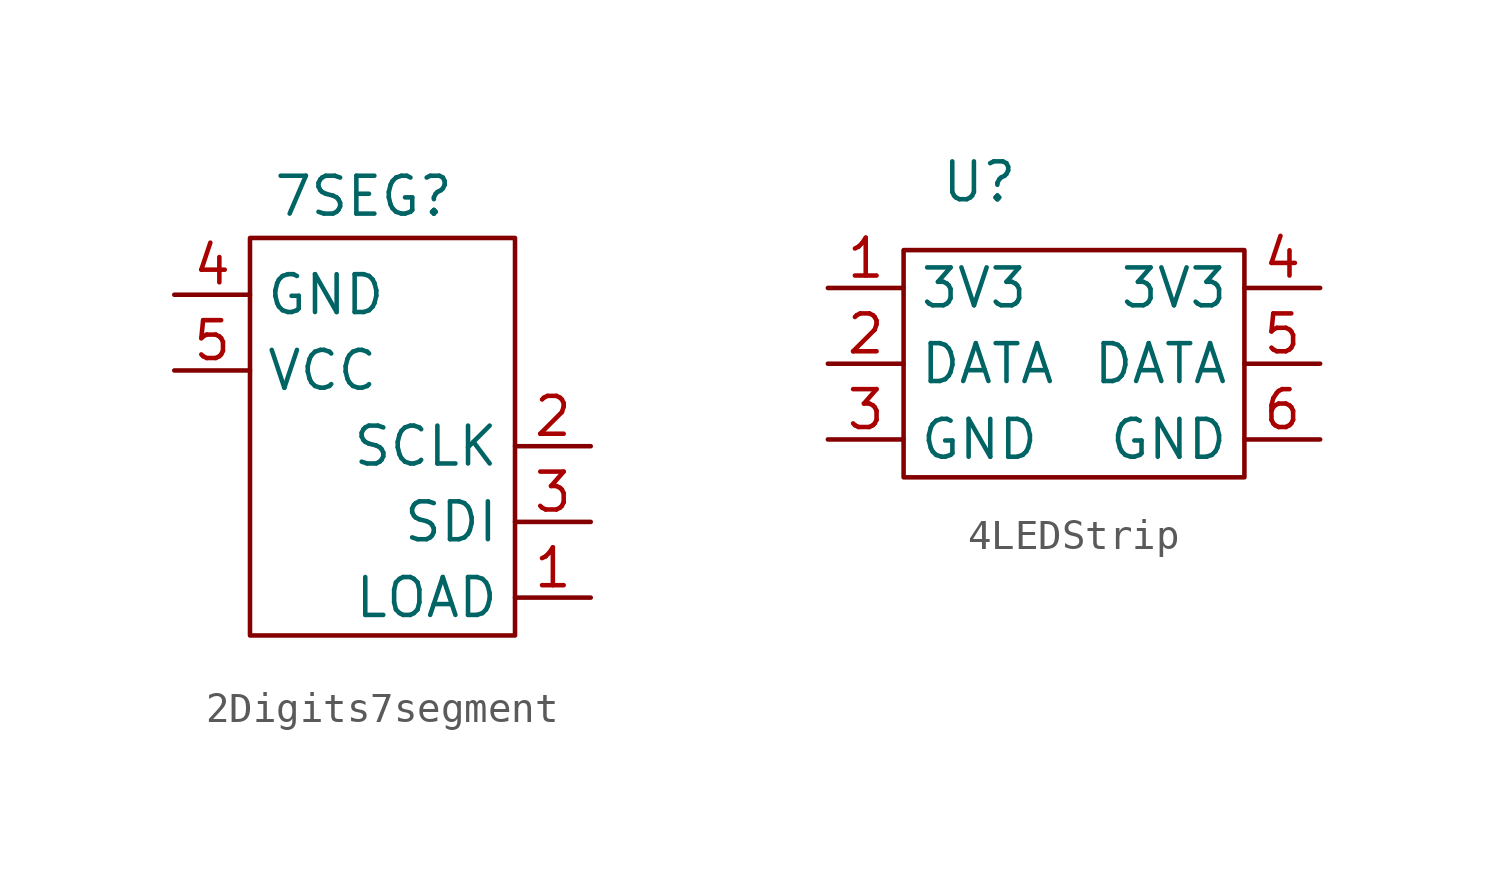
<source format=kicad_sym>
(kicad_symbol_lib
  (version 20241209)
  (generator "kicad_symbol_editor")
  (generator_version "9.0")
  (symbol "2Digits7segment"
    (property "Reference" "7SEG"
      (at 0 7.112 0)
      (effects (font (size 1.27 1.27))))
    (property "Value" ""
      (at 0 0 0)
      (effects (font (size 1.27 1.27))))
    (symbol "2Digits7segment_0_1"
      (rectangle (start -3.81 5.715) (end 5.08 -7.62) (stroke (width 0) (type default)) (fill (type none))))
    (symbol "2Digits7segment_1_1"
      (pin input line (at -6.35 3.81 0) (length 2.54) (name "GND" (effects (font (size 1.27 1.27)))) (number "4" (effects (font (size 1.27 1.27)))))
      (pin input line (at -6.35 1.27 0) (length 2.54) (name "VCC" (effects (font (size 1.27 1.27)))) (number "5" (effects (font (size 1.27 1.27)))))
      (pin input line (at 7.62 -1.27 180) (length 2.54) (name "SCLK" (effects (font (size 1.27 1.27)))) (number "2" (effects (font (size 1.27 1.27)))))
      (pin input line (at 7.62 -3.81 180) (length 2.54) (name "SDI" (effects (font (size 1.27 1.27)))) (number "3" (effects (font (size 1.27 1.27)))))
      (pin input line (at 7.62 -6.35 180) (length 2.54) (name "LOAD" (effects (font (size 1.27 1.27)))) (number "1" (effects (font (size 1.27 1.27)))))))
  (symbol "4LEDStrip"
    (property "Reference" "U"
      (at 0 4.826 0)
      (effects (font (size 1.27 1.27))))
    (symbol "4LEDStrip_0_1"
      (rectangle (start -2.54 2.54) (end 8.89 -5.08) (stroke (width 0) (type default)) (fill (type none))))
    (symbol "4LEDStrip_1_1"
      (pin input line (at -5.08 1.27 0) (length 2.54) (name "3V3" (effects (font (size 1.27 1.27)))) (number "1" (effects (font (size 1.27 1.27)))))
      (pin input line (at -5.08 -1.27 0) (length 2.54) (name "DATA" (effects (font (size 1.27 1.27)))) (number "2" (effects (font (size 1.27 1.27)))))
      (pin input line (at -5.08 -3.81 0) (length 2.54) (name "GND" (effects (font (size 1.27 1.27)))) (number "3" (effects (font (size 1.27 1.27)))))
      (pin output line (at 11.43 1.27 180) (length 2.54) (name "3V3" (effects (font (size 1.27 1.27)))) (number "4" (effects (font (size 1.27 1.27)))))
      (pin output line (at 11.43 -1.27 180) (length 2.54) (name "DATA" (effects (font (size 1.27 1.27)))) (number "5" (effects (font (size 1.27 1.27)))))
      (pin output line (at 11.43 -3.81 180) (length 2.54) (name "GND" (effects (font (size 1.27 1.27)))) (number "6" (effects (font (size 1.27 1.27))))))))
</source>
